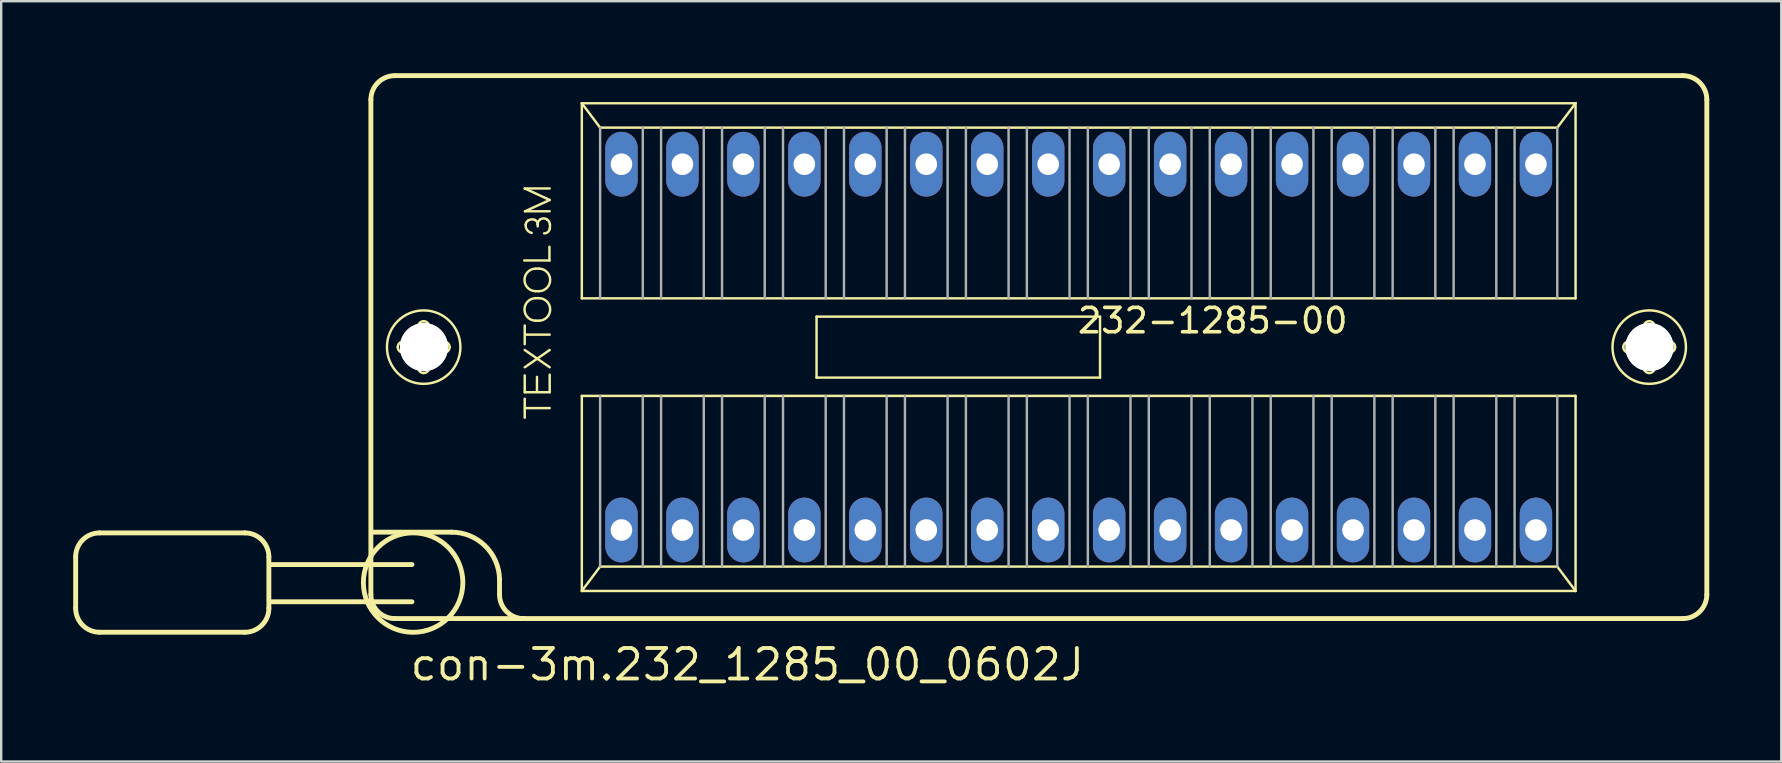
<source format=kicad_pcb>
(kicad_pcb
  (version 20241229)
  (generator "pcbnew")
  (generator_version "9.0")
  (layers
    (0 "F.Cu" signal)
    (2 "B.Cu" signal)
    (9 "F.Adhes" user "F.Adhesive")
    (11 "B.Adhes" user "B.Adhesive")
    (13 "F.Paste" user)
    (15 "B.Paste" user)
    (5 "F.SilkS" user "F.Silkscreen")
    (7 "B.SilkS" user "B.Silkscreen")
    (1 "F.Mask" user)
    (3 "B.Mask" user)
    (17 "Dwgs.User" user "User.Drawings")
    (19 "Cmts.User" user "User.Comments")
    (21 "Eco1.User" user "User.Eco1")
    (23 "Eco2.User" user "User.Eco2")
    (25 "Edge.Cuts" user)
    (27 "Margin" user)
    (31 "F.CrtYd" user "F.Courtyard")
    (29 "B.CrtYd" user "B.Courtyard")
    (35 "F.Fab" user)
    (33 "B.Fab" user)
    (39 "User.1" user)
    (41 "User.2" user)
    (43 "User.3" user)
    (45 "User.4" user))
  (footprint "con-3m.232_1285_00_0602J"
    (layer "F.Cu")
    (at 41.892 11.412)
    (property "Reference" "con-3m.232_1285_00_0602J" (at -27.94 13.97 0) (layer "F.SilkS") (effects (font (size 1.27 1.27) (thickness 0.16)) (justify left bottom)))
    (attr through_hole)
    (fp_line (start -41.79 8.74) (end -41.79 10.88) (stroke (width 0.203) (type default)) (layer "F.SilkS"))
    (fp_line (start -40.79 7.74) (end -34.74 7.74) (stroke (width 0.203) (type default)) (layer "F.SilkS"))
    (fp_line (start -34.74 11.88) (end -40.79 11.88) (stroke (width 0.203) (type default)) (layer "F.SilkS"))
    (fp_line (start -33.74 8.74) (end -33.74 10.88) (stroke (width 0.203) (type default)) (layer "F.SilkS"))
    (fp_line (start -29.49 10.31) (end -29.49 -10.31) (stroke (width 0.203) (type default)) (layer "F.SilkS"))
    (fp_line (start -29.38 7.71) (end -26.13 7.71) (stroke (width 0.203) (type default)) (layer "F.SilkS"))
    (fp_line (start -28.49 -11.31) (end 25.17 -11.31) (stroke (width 0.203) (type default)) (layer "F.SilkS"))
    (fp_line (start -28.14 -0.23) (end -27.59 -0.23) (stroke (width 0.102) (type default)) (layer "F.SilkS"))
    (fp_line (start -27.78 9.06) (end -33.69 9.06) (stroke (width 0.203) (type default)) (layer "F.SilkS"))
    (fp_line (start -27.78 10.61) (end -33.69 10.61) (stroke (width 0.203) (type default)) (layer "F.SilkS"))
    (fp_line (start -27.6 0.23) (end -28.14 0.23) (stroke (width 0.102) (type default)) (layer "F.SilkS"))
    (fp_line (start -27.52 -0.31) (end -27.52 -0.85) (stroke (width 0.102) (type default)) (layer "F.SilkS"))
    (fp_line (start -27.52 0.85) (end -27.52 0.3) (stroke (width 0.102) (type default)) (layer "F.SilkS"))
    (fp_line (start -27.06 -0.85) (end -27.06 -0.3) (stroke (width 0.102) (type default)) (layer "F.SilkS"))
    (fp_line (start -27.06 0.31) (end -27.06 0.85) (stroke (width 0.102) (type default)) (layer "F.SilkS"))
    (fp_line (start -26.98 -0.23) (end -26.44 -0.23) (stroke (width 0.102) (type default)) (layer "F.SilkS"))
    (fp_line (start -26.44 0.23) (end -26.99 0.23) (stroke (width 0.102) (type default)) (layer "F.SilkS"))
    (fp_line (start -24.13 9.66) (end -24.13 10.31) (stroke (width 0.203) (type default)) (layer "F.SilkS"))
    (fp_line (start -23.1 -3.61) (end -22.05 -3.61) (stroke (width 0.102) (type default)) (layer "F.SilkS"))
    (fp_line (start -23.08 -6.61) (end -22.04 -6.61) (stroke (width 0.102) (type default)) (layer "F.SilkS"))
    (fp_line (start -23.08 -0.12) (end -23.08 -0.9) (stroke (width 0.102) (type default)) (layer "F.SilkS"))
    (fp_line (start -23.08 0.12) (end -22.04 0.84) (stroke (width 0.102) (type default)) (layer "F.SilkS"))
    (fp_line (start -23.08 0.84) (end -22.04 0.12) (stroke (width 0.102) (type default)) (layer "F.SilkS"))
    (fp_line (start -23.08 1.18) (end -23.08 1.88) (stroke (width 0.102) (type default)) (layer "F.SilkS"))
    (fp_line (start -23.08 1.88) (end -22.04 1.88) (stroke (width 0.102) (type default)) (layer "F.SilkS"))
    (fp_line (start -23.08 2.94) (end -23.08 2.15) (stroke (width 0.102) (type default)) (layer "F.SilkS"))
    (fp_line (start -23.07 -5.66) (end -22.04 -6.13) (stroke (width 0.102) (type default)) (layer "F.SilkS"))
    (fp_line (start -23.07 2.54) (end -22.04 2.54) (stroke (width 0.102) (type default)) (layer "F.SilkS"))
    (fp_line (start -23.06 -0.52) (end -22.04 -0.52) (stroke (width 0.102) (type default)) (layer "F.SilkS"))
    (fp_line (start -22.62 -3.27) (end -22.49 -3.27) (stroke (width 0.102) (type default)) (layer "F.SilkS"))
    (fp_line (start -22.62 -2.33) (end -22.49 -2.33) (stroke (width 0.102) (type default)) (layer "F.SilkS"))
    (fp_line (start -22.62 -2.04) (end -22.49 -2.04) (stroke (width 0.102) (type default)) (layer "F.SilkS"))
    (fp_line (start -22.62 -1.1) (end -22.49 -1.1) (stroke (width 0.102) (type default)) (layer "F.SilkS"))
    (fp_line (start -22.57 1.24) (end -22.57 1.84) (stroke (width 0.102) (type default)) (layer "F.SilkS"))
    (fp_line (start -22.54 -5.03) (end -22.54 -5.12) (stroke (width 0.102) (type default)) (layer "F.SilkS"))
    (fp_line (start -22.05 -3.61) (end -22.05 -4.18) (stroke (width 0.102) (type default)) (layer "F.SilkS"))
    (fp_line (start -22.04 -6.13) (end -23.08 -6.61) (stroke (width 0.102) (type default)) (layer "F.SilkS"))
    (fp_line (start -22.04 -5.66) (end -23.07 -5.66) (stroke (width 0.102) (type default)) (layer "F.SilkS"))
    (fp_line (start -22.04 1.88) (end -22.04 1.15) (stroke (width 0.102) (type default)) (layer "F.SilkS"))
    (fp_line (start -20.701 -10.16) (end 20.701 -10.16) (stroke (width 0.102) (type default)) (layer "F.SilkS"))
    (fp_line (start -20.701 -2.032) (end -20.701 -10.16) (stroke (width 0.102) (type default)) (layer "F.SilkS"))
    (fp_line (start -20.701 2.032) (end 20.701 2.032) (stroke (width 0.102) (type default)) (layer "F.SilkS"))
    (fp_line (start -20.701 10.16) (end -20.701 2.032) (stroke (width 0.102) (type default)) (layer "F.SilkS"))
    (fp_line (start -20.701 10.16) (end -19.939 9.144) (stroke (width 0.102) (type default)) (layer "F.SilkS"))
    (fp_line (start -19.939 -9.144) (end -20.701 -10.16) (stroke (width 0.102) (type default)) (layer "F.SilkS"))
    (fp_line (start -19.939 9.144) (end 19.939 9.144) (stroke (width 0.102) (type default)) (layer "F.SilkS"))
    (fp_line (start -10.922 -1.27) (end 0.889 -1.27) (stroke (width 0.102) (type default)) (layer "F.SilkS"))
    (fp_line (start -10.922 1.27) (end -10.922 -1.27) (stroke (width 0.102) (type default)) (layer "F.SilkS"))
    (fp_line (start 0.889 -1.27) (end 0.889 1.27) (stroke (width 0.102) (type default)) (layer "F.SilkS"))
    (fp_line (start 0.889 1.27) (end -10.922 1.27) (stroke (width 0.102) (type default)) (layer "F.SilkS"))
    (fp_line (start 19.939 -9.144) (end -19.939 -9.144) (stroke (width 0.102) (type default)) (layer "F.SilkS"))
    (fp_line (start 19.939 9.144) (end 20.701 10.16) (stroke (width 0.102) (type default)) (layer "F.SilkS"))
    (fp_line (start 20.701 -10.16) (end 19.939 -9.144) (stroke (width 0.102) (type default)) (layer "F.SilkS"))
    (fp_line (start 20.701 -10.16) (end 20.701 -2.032) (stroke (width 0.102) (type default)) (layer "F.SilkS"))
    (fp_line (start 20.701 -2.032) (end -20.701 -2.032) (stroke (width 0.102) (type default)) (layer "F.SilkS"))
    (fp_line (start 20.701 2.032) (end 20.701 10.16) (stroke (width 0.102) (type default)) (layer "F.SilkS"))
    (fp_line (start 20.701 10.16) (end -20.701 10.16) (stroke (width 0.102) (type default)) (layer "F.SilkS"))
    (fp_line (start 22.92 -0.23) (end 23.47 -0.23) (stroke (width 0.102) (type default)) (layer "F.SilkS"))
    (fp_line (start 23.46 0.23) (end 22.92 0.23) (stroke (width 0.102) (type default)) (layer "F.SilkS"))
    (fp_line (start 23.54 -0.31) (end 23.54 -0.85) (stroke (width 0.102) (type default)) (layer "F.SilkS"))
    (fp_line (start 23.54 0.85) (end 23.54 0.3) (stroke (width 0.102) (type default)) (layer "F.SilkS"))
    (fp_line (start 24 -0.85) (end 24 -0.3) (stroke (width 0.102) (type default)) (layer "F.SilkS"))
    (fp_line (start 24 0.31) (end 24 0.85) (stroke (width 0.102) (type default)) (layer "F.SilkS"))
    (fp_line (start 24.08 -0.23) (end 24.62 -0.23) (stroke (width 0.102) (type default)) (layer "F.SilkS"))
    (fp_line (start 24.62 0.23) (end 24.07 0.23) (stroke (width 0.102) (type default)) (layer "F.SilkS"))
    (fp_line (start 25.17 11.31) (end -28.49 11.31) (stroke (width 0.203) (type default)) (layer "F.SilkS"))
    (fp_line (start 26.17 -10.31) (end 26.17 10.31) (stroke (width 0.203) (type default)) (layer "F.SilkS"))
    (fp_arc (start -41.79 8.74) (mid -41.497107 8.032893) (end -40.79 7.74) (stroke (width 0.2032) (type default)) (layer "F.SilkS"))
    (fp_arc (start -40.79 11.88) (mid -41.497107 11.587107) (end -41.79 10.88) (stroke (width 0.2032) (type default)) (layer "F.SilkS"))
    (fp_arc (start -34.74 7.74) (mid -34.032893 8.032893) (end -33.74 8.74) (stroke (width 0.2032) (type default)) (layer "F.SilkS"))
    (fp_arc (start -33.74 10.88) (mid -34.032893 11.587107) (end -34.74 11.88) (stroke (width 0.2032) (type default)) (layer "F.SilkS"))
    (fp_arc (start -29.49 -10.31) (mid -29.197107 -11.017107) (end -28.49 -11.31) (stroke (width 0.2032) (type default)) (layer "F.SilkS"))
    (fp_arc (start -28.49 11.31) (mid -29.197107 11.017107) (end -29.49 10.31) (stroke (width 0.2032) (type default)) (layer "F.SilkS"))
    (fp_arc (start -28.37 0) (mid -28.302635 -0.162635) (end -28.14 -0.23) (stroke (width 0.1016) (type default)) (layer "F.SilkS"))
    (fp_arc (start -28.14 0.23) (mid -28.302635 0.162635) (end -28.37 0) (stroke (width 0.1016) (type default)) (layer "F.SilkS"))
    (fp_arc (start -27.6 0.23) (mid -27.550503 0.250503) (end -27.53 0.3) (stroke (width 0.1016) (type default)) (layer "F.SilkS"))
    (fp_arc (start -27.52 -0.85) (mid -27.452635 -1.012635) (end -27.29 -1.08) (stroke (width 0.1016) (type default)) (layer "F.SilkS"))
    (fp_arc (start -27.52 -0.3) (mid -27.540503 -0.250503) (end -27.59 -0.23) (stroke (width 0.1016) (type default)) (layer "F.SilkS"))
    (fp_arc (start -27.29 -1.08) (mid -27.127365 -1.012635) (end -27.06 -0.85) (stroke (width 0.1016) (type default)) (layer "F.SilkS"))
    (fp_arc (start -27.29 1.08) (mid -27.452635 1.012635) (end -27.52 0.85) (stroke (width 0.1016) (type default)) (layer "F.SilkS"))
    (fp_arc (start -27.06 0.3) (mid -27.039497 0.250503) (end -26.99 0.23) (stroke (width 0.1016) (type default)) (layer "F.SilkS"))
    (fp_arc (start -27.06 0.85) (mid -27.127365 1.012635) (end -27.29 1.08) (stroke (width 0.1016) (type default)) (layer "F.SilkS"))
    (fp_arc (start -26.99 -0.23) (mid -27.039497 -0.250503) (end -27.06 -0.3) (stroke (width 0.1016) (type default)) (layer "F.SilkS"))
    (fp_arc (start -26.44 -0.23) (mid -26.277365 -0.162635) (end -26.21 0) (stroke (width 0.1016) (type default)) (layer "F.SilkS"))
    (fp_arc (start -26.21 0) (mid -26.277365 0.162635) (end -26.44 0.23) (stroke (width 0.1016) (type default)) (layer "F.SilkS"))
    (fp_arc (start -26.13 7.71) (mid -24.733341 8.27817) (end -24.13 9.66) (stroke (width 0.2032) (type default)) (layer "F.SilkS"))
    (fp_arc (start -23.08 11.31) (mid -23.819286 11.035) (end -24.13 10.31) (stroke (width 0.2032) (type default)) (layer "F.SilkS"))
    (fp_arc (start -23.04 -5.11) (mid -23.004621 -5.207696) (end -22.93 -5.28) (stroke (width 0.1016) (type default)) (layer "F.SilkS"))
    (fp_arc (start -22.93 -5.28) (mid -22.797382 -5.322157) (end -22.66 -5.3) (stroke (width 0.1016) (type default)) (layer "F.SilkS"))
    (fp_arc (start -22.79 -4.76) (mid -22.98297 -4.88645) (end -23.04 -5.11) (stroke (width 0.1016) (type default)) (layer "F.SilkS"))
    (fp_arc (start -22.66 -5.3) (mid -22.57275 -5.228167) (end -22.54 -5.12) (stroke (width 0.1016) (type default)) (layer "F.SilkS"))
    (fp_arc (start -22.62 -2.33) (mid -23.09 -2.8) (end -22.62 -3.27) (stroke (width 0.1016) (type default)) (layer "F.SilkS"))
    (fp_arc (start -22.62 -1.1) (mid -23.09 -1.57) (end -22.62 -2.04) (stroke (width 0.1016) (type default)) (layer "F.SilkS"))
    (fp_arc (start -22.54 -5.12) (mid -22.507891 -5.240938) (end -22.42 -5.33) (stroke (width 0.1016) (type default)) (layer "F.SilkS"))
    (fp_arc (start -22.49 -3.27) (mid -22.02 -2.8) (end -22.49 -2.33) (stroke (width 0.1016) (type default)) (layer "F.SilkS"))
    (fp_arc (start -22.49 -2.04) (mid -22.02 -1.57) (end -22.49 -1.1) (stroke (width 0.1016) (type default)) (layer "F.SilkS"))
    (fp_arc (start -22.42 -5.33) (mid -22.276886 -5.363595) (end -22.14 -5.31) (stroke (width 0.1016) (type default)) (layer "F.SilkS"))
    (fp_arc (start -22.14 -5.31) (mid -22.065084 -5.220954) (end -22.03 -5.11) (stroke (width 0.1016) (type default)) (layer "F.SilkS"))
    (fp_arc (start -22.04 -4.92) (mid -22.122524 -4.788503) (end -22.27 -4.74) (stroke (width 0.1016) (type default)) (layer "F.SilkS"))
    (fp_arc (start -22.03 -5.11) (mid -22.027277 -5.014594) (end -22.04 -4.92) (stroke (width 0.1016) (type default)) (layer "F.SilkS"))
    (fp_arc (start 22.69 0) (mid 22.757365 -0.162635) (end 22.92 -0.23) (stroke (width 0.1016) (type default)) (layer "F.SilkS"))
    (fp_arc (start 22.92 0.23) (mid 22.757365 0.162635) (end 22.69 0) (stroke (width 0.1016) (type default)) (layer "F.SilkS"))
    (fp_arc (start 23.46 0.23) (mid 23.509497 0.250503) (end 23.53 0.3) (stroke (width 0.1016) (type default)) (layer "F.SilkS"))
    (fp_arc (start 23.54 -0.85) (mid 23.607365 -1.012635) (end 23.77 -1.08) (stroke (width 0.1016) (type default)) (layer "F.SilkS"))
    (fp_arc (start 23.54 -0.3) (mid 23.519497 -0.250503) (end 23.47 -0.23) (stroke (width 0.1016) (type default)) (layer "F.SilkS"))
    (fp_arc (start 23.77 -1.08) (mid 23.932635 -1.012635) (end 24 -0.85) (stroke (width 0.1016) (type default)) (layer "F.SilkS"))
    (fp_arc (start 23.77 1.08) (mid 23.607365 1.012635) (end 23.54 0.85) (stroke (width 0.1016) (type default)) (layer "F.SilkS"))
    (fp_arc (start 24 0.3) (mid 24.020503 0.250503) (end 24.07 0.23) (stroke (width 0.1016) (type default)) (layer "F.SilkS"))
    (fp_arc (start 24 0.85) (mid 23.932635 1.012635) (end 23.77 1.08) (stroke (width 0.1016) (type default)) (layer "F.SilkS"))
    (fp_arc (start 24.07 -0.23) (mid 24.020503 -0.250503) (end 24 -0.3) (stroke (width 0.1016) (type default)) (layer "F.SilkS"))
    (fp_arc (start 24.62 -0.23) (mid 24.782635 -0.162635) (end 24.85 0) (stroke (width 0.1016) (type default)) (layer "F.SilkS"))
    (fp_arc (start 24.85 0) (mid 24.782635 0.162635) (end 24.62 0.23) (stroke (width 0.1016) (type default)) (layer "F.SilkS"))
    (fp_arc (start 25.17 -11.31) (mid 25.877107 -11.017107) (end 26.17 -10.31) (stroke (width 0.2032) (type default)) (layer "F.SilkS"))
    (fp_arc (start 26.17 10.31) (mid 25.877107 11.017107) (end 25.17 11.31) (stroke (width 0.2032) (type default)) (layer "F.SilkS"))
    (fp_circle (center -27.73 9.81) (end -25.658 9.81) (stroke (width 0.203) (type default)) (fill no) (layer "F.SilkS"))
    (fp_circle (center -27.29 0) (end -25.76 0) (stroke (width 0.102) (type default)) (fill no) (layer "F.SilkS"))
    (fp_circle (center 23.77 0) (end 25.3 0) (stroke (width 0.102) (type default)) (fill no) (layer "F.SilkS"))
    (fp_line (start -19.939 -9.144) (end -19.939 -2.032) (stroke (width 0.102) (type default)) (layer "F.Fab"))
    (fp_line (start -19.939 2.032) (end -19.939 9.144) (stroke (width 0.102) (type default)) (layer "F.Fab"))
    (fp_line (start -18.161 -2.032) (end -18.161 -9.144) (stroke (width 0.102) (type default)) (layer "F.Fab"))
    (fp_line (start -18.161 2.032) (end -18.161 9.144) (stroke (width 0.102) (type default)) (layer "F.Fab"))
    (fp_line (start -17.399 -2.032) (end -17.399 -9.144) (stroke (width 0.102) (type default)) (layer "F.Fab"))
    (fp_line (start -17.399 2.032) (end -17.399 9.144) (stroke (width 0.102) (type default)) (layer "F.Fab"))
    (fp_line (start -15.621 -2.032) (end -15.621 -9.144) (stroke (width 0.102) (type default)) (layer "F.Fab"))
    (fp_line (start -15.621 2.032) (end -15.621 9.144) (stroke (width 0.102) (type default)) (layer "F.Fab"))
    (fp_line (start -14.859 -2.032) (end -14.859 -9.144) (stroke (width 0.102) (type default)) (layer "F.Fab"))
    (fp_line (start -14.859 2.032) (end -14.859 9.144) (stroke (width 0.102) (type default)) (layer "F.Fab"))
    (fp_line (start -13.081 -2.032) (end -13.081 -9.144) (stroke (width 0.102) (type default)) (layer "F.Fab"))
    (fp_line (start -13.081 2.032) (end -13.081 9.144) (stroke (width 0.102) (type default)) (layer "F.Fab"))
    (fp_line (start -12.319 -2.032) (end -12.319 -9.144) (stroke (width 0.102) (type default)) (layer "F.Fab"))
    (fp_line (start -12.319 2.032) (end -12.319 9.144) (stroke (width 0.102) (type default)) (layer "F.Fab"))
    (fp_line (start -10.541 -2.032) (end -10.541 -9.144) (stroke (width 0.102) (type default)) (layer "F.Fab"))
    (fp_line (start -10.541 2.032) (end -10.541 9.144) (stroke (width 0.102) (type default)) (layer "F.Fab"))
    (fp_line (start -9.779 -2.032) (end -9.779 -9.144) (stroke (width 0.102) (type default)) (layer "F.Fab"))
    (fp_line (start -9.779 2.032) (end -9.779 9.144) (stroke (width 0.102) (type default)) (layer "F.Fab"))
    (fp_line (start -8.001 -2.032) (end -8.001 -9.144) (stroke (width 0.102) (type default)) (layer "F.Fab"))
    (fp_line (start -8.001 2.032) (end -8.001 9.144) (stroke (width 0.102) (type default)) (layer "F.Fab"))
    (fp_line (start -7.239 -2.032) (end -7.239 -9.144) (stroke (width 0.102) (type default)) (layer "F.Fab"))
    (fp_line (start -7.239 2.032) (end -7.239 9.144) (stroke (width 0.102) (type default)) (layer "F.Fab"))
    (fp_line (start -5.461 -2.032) (end -5.461 -9.144) (stroke (width 0.102) (type default)) (layer "F.Fab"))
    (fp_line (start -5.461 2.032) (end -5.461 9.144) (stroke (width 0.102) (type default)) (layer "F.Fab"))
    (fp_line (start -4.699 -2.032) (end -4.699 -9.144) (stroke (width 0.102) (type default)) (layer "F.Fab"))
    (fp_line (start -4.699 2.032) (end -4.699 9.144) (stroke (width 0.102) (type default)) (layer "F.Fab"))
    (fp_line (start -2.921 -2.032) (end -2.921 -9.144) (stroke (width 0.102) (type default)) (layer "F.Fab"))
    (fp_line (start -2.921 2.032) (end -2.921 9.144) (stroke (width 0.102) (type default)) (layer "F.Fab"))
    (fp_line (start -2.159 -2.032) (end -2.159 -9.144) (stroke (width 0.102) (type default)) (layer "F.Fab"))
    (fp_line (start -2.159 2.032) (end -2.159 9.144) (stroke (width 0.102) (type default)) (layer "F.Fab"))
    (fp_line (start -0.381 -2.032) (end -0.381 -9.144) (stroke (width 0.102) (type default)) (layer "F.Fab"))
    (fp_line (start -0.381 2.032) (end -0.381 9.144) (stroke (width 0.102) (type default)) (layer "F.Fab"))
    (fp_line (start 0.381 -2.032) (end 0.381 -9.144) (stroke (width 0.102) (type default)) (layer "F.Fab"))
    (fp_line (start 0.381 2.032) (end 0.381 9.144) (stroke (width 0.102) (type default)) (layer "F.Fab"))
    (fp_line (start 2.159 -2.032) (end 2.159 -9.144) (stroke (width 0.102) (type default)) (layer "F.Fab"))
    (fp_line (start 2.159 2.032) (end 2.159 9.144) (stroke (width 0.102) (type default)) (layer "F.Fab"))
    (fp_line (start 2.921 -2.032) (end 2.921 -9.144) (stroke (width 0.102) (type default)) (layer "F.Fab"))
    (fp_line (start 2.921 2.032) (end 2.921 9.144) (stroke (width 0.102) (type default)) (layer "F.Fab"))
    (fp_line (start 4.699 -2.032) (end 4.699 -9.144) (stroke (width 0.102) (type default)) (layer "F.Fab"))
    (fp_line (start 4.699 2.032) (end 4.699 9.144) (stroke (width 0.102) (type default)) (layer "F.Fab"))
    (fp_line (start 5.461 -2.032) (end 5.461 -9.144) (stroke (width 0.102) (type default)) (layer "F.Fab"))
    (fp_line (start 5.461 2.032) (end 5.461 9.144) (stroke (width 0.102) (type default)) (layer "F.Fab"))
    (fp_line (start 7.239 -2.032) (end 7.239 -9.144) (stroke (width 0.102) (type default)) (layer "F.Fab"))
    (fp_line (start 7.239 2.032) (end 7.239 9.144) (stroke (width 0.102) (type default)) (layer "F.Fab"))
    (fp_line (start 8.001 -2.032) (end 8.001 -9.144) (stroke (width 0.102) (type default)) (layer "F.Fab"))
    (fp_line (start 8.001 2.032) (end 8.001 9.144) (stroke (width 0.102) (type default)) (layer "F.Fab"))
    (fp_line (start 9.779 -2.032) (end 9.779 -9.144) (stroke (width 0.102) (type default)) (layer "F.Fab"))
    (fp_line (start 9.779 2.032) (end 9.779 9.144) (stroke (width 0.102) (type default)) (layer "F.Fab"))
    (fp_line (start 10.541 -2.032) (end 10.541 -9.144) (stroke (width 0.102) (type default)) (layer "F.Fab"))
    (fp_line (start 10.541 2.032) (end 10.541 9.144) (stroke (width 0.102) (type default)) (layer "F.Fab"))
    (fp_line (start 12.319 -2.032) (end 12.319 -9.144) (stroke (width 0.102) (type default)) (layer "F.Fab"))
    (fp_line (start 12.319 2.032) (end 12.319 9.144) (stroke (width 0.102) (type default)) (layer "F.Fab"))
    (fp_line (start 13.081 -2.032) (end 13.081 -9.144) (stroke (width 0.102) (type default)) (layer "F.Fab"))
    (fp_line (start 13.081 2.032) (end 13.081 9.144) (stroke (width 0.102) (type default)) (layer "F.Fab"))
    (fp_line (start 14.859 -2.032) (end 14.859 -9.144) (stroke (width 0.102) (type default)) (layer "F.Fab"))
    (fp_line (start 14.859 2.032) (end 14.859 9.144) (stroke (width 0.102) (type default)) (layer "F.Fab"))
    (fp_line (start 15.621 -2.032) (end 15.621 -9.144) (stroke (width 0.102) (type default)) (layer "F.Fab"))
    (fp_line (start 15.621 2.032) (end 15.621 9.144) (stroke (width 0.102) (type default)) (layer "F.Fab"))
    (fp_line (start 17.399 -2.032) (end 17.399 -9.144) (stroke (width 0.102) (type default)) (layer "F.Fab"))
    (fp_line (start 17.399 2.032) (end 17.399 9.144) (stroke (width 0.102) (type default)) (layer "F.Fab"))
    (fp_line (start 18.161 -2.032) (end 18.161 -9.144) (stroke (width 0.102) (type default)) (layer "F.Fab"))
    (fp_line (start 18.161 2.032) (end 18.161 9.144) (stroke (width 0.102) (type default)) (layer "F.Fab"))
    (fp_line (start 19.939 -2.032) (end 19.939 -9.144) (stroke (width 0.102) (type default)) (layer "F.Fab"))
    (fp_line (start 19.939 9.144) (end 19.939 2.032) (stroke (width 0.102) (type default)) (layer "F.Fab"))
    (fp_text user "232-1285-00" (at -0.127 -0.508 180) (layer "F.SilkS") (effects (font (size 1.016 1.016) (thickness 0.15)) (justify left bottom)))
    (pad "" np_thru_hole circle (at -27.28 0) (size 2 2) (drill 2) (layers "*.Cu" "*.Mask"))
    (pad "" np_thru_hole circle (at -27.28 0) (size 2 2) (drill 2) (layers "*.Cu" "*.Mask"))
    (pad "" np_thru_hole circle (at 23.78 0) (size 2 2) (drill 2) (layers "*.Cu" "*.Mask"))
    (pad "" np_thru_hole circle (at 23.78 0) (size 2 2) (drill 2) (layers "*.Cu" "*.Mask"))
    (pad "1" thru_hole oval (at -19.05 7.62 90) (size 2.7 1.35) (drill 0.9) (layers "*.Cu" "*.Mask"))
    (pad "2" thru_hole oval (at -16.51 7.62 90) (size 2.7 1.35) (drill 0.9) (layers "*.Cu" "*.Mask"))
    (pad "3" thru_hole oval (at -13.97 7.62 90) (size 2.7 1.35) (drill 0.9) (layers "*.Cu" "*.Mask"))
    (pad "4" thru_hole oval (at -11.43 7.62 90) (size 2.7 1.35) (drill 0.9) (layers "*.Cu" "*.Mask"))
    (pad "5" thru_hole oval (at -8.89 7.62 90) (size 2.7 1.35) (drill 0.9) (layers "*.Cu" "*.Mask"))
    (pad "6" thru_hole oval (at -6.35 7.62 90) (size 2.7 1.35) (drill 0.9) (layers "*.Cu" "*.Mask"))
    (pad "7" thru_hole oval (at -3.81 7.62 90) (size 2.7 1.35) (drill 0.9) (layers "*.Cu" "*.Mask"))
    (pad "8" thru_hole oval (at -1.27 7.62 90) (size 2.7 1.35) (drill 0.9) (layers "*.Cu" "*.Mask"))
    (pad "9" thru_hole oval (at 1.27 7.62 90) (size 2.7 1.35) (drill 0.9) (layers "*.Cu" "*.Mask"))
    (pad "10" thru_hole oval (at 3.81 7.62 90) (size 2.7 1.35) (drill 0.9) (layers "*.Cu" "*.Mask"))
    (pad "11" thru_hole oval (at 6.35 7.62 90) (size 2.7 1.35) (drill 0.9) (layers "*.Cu" "*.Mask"))
    (pad "12" thru_hole oval (at 8.89 7.62 90) (size 2.7 1.35) (drill 0.9) (layers "*.Cu" "*.Mask"))
    (pad "13" thru_hole oval (at 11.43 7.62 90) (size 2.7 1.35) (drill 0.9) (layers "*.Cu" "*.Mask"))
    (pad "14" thru_hole oval (at 13.97 7.62 90) (size 2.7 1.35) (drill 0.9) (layers "*.Cu" "*.Mask"))
    (pad "15" thru_hole oval (at 16.51 7.62 90) (size 2.7 1.35) (drill 0.9) (layers "*.Cu" "*.Mask"))
    (pad "16" thru_hole oval (at 19.05 7.62 90) (size 2.7 1.35) (drill 0.9) (layers "*.Cu" "*.Mask"))
    (pad "17" thru_hole oval (at 19.05 -7.62 90) (size 2.7 1.35) (drill 0.9) (layers "*.Cu" "*.Mask"))
    (pad "18" thru_hole oval (at 16.51 -7.62 90) (size 2.7 1.35) (drill 0.9) (layers "*.Cu" "*.Mask"))
    (pad "19" thru_hole oval (at 13.97 -7.62 90) (size 2.7 1.35) (drill 0.9) (layers "*.Cu" "*.Mask"))
    (pad "20" thru_hole oval (at 11.43 -7.62 90) (size 2.7 1.35) (drill 0.9) (layers "*.Cu" "*.Mask"))
    (pad "21" thru_hole oval (at 8.89 -7.62 90) (size 2.7 1.35) (drill 0.9) (layers "*.Cu" "*.Mask"))
    (pad "22" thru_hole oval (at 6.35 -7.62 90) (size 2.7 1.35) (drill 0.9) (layers "*.Cu" "*.Mask"))
    (pad "23" thru_hole oval (at 3.81 -7.62 90) (size 2.7 1.35) (drill 0.9) (layers "*.Cu" "*.Mask"))
    (pad "24" thru_hole oval (at 1.27 -7.62 90) (size 2.7 1.35) (drill 0.9) (layers "*.Cu" "*.Mask"))
    (pad "25" thru_hole oval (at -1.27 -7.62 90) (size 2.7 1.35) (drill 0.9) (layers "*.Cu" "*.Mask"))
    (pad "26" thru_hole oval (at -3.81 -7.62 90) (size 2.7 1.35) (drill 0.9) (layers "*.Cu" "*.Mask"))
    (pad "27" thru_hole oval (at -6.35 -7.62 90) (size 2.7 1.35) (drill 0.9) (layers "*.Cu" "*.Mask"))
    (pad "28" thru_hole oval (at -8.89 -7.62 90) (size 2.7 1.35) (drill 0.9) (layers "*.Cu" "*.Mask"))
    (pad "29" thru_hole oval (at -11.43 -7.62 90) (size 2.7 1.35) (drill 0.9) (layers "*.Cu" "*.Mask"))
    (pad "30" thru_hole oval (at -13.97 -7.62 90) (size 2.7 1.35) (drill 0.9) (layers "*.Cu" "*.Mask"))
    (pad "31" thru_hole oval (at -16.51 -7.62 90) (size 2.7 1.35) (drill 0.9) (layers "*.Cu" "*.Mask"))
    (pad "32" thru_hole oval (at -19.05 -7.62 90) (size 2.7 1.35) (drill 0.9) (layers "*.Cu" "*.Mask")))
  (gr_rect
    (start -3 -3)
    (end 71.163 28.679)
    (stroke (width 0.1) (type default))
    (fill no)
    (layer "Edge.Cuts")))
</source>
